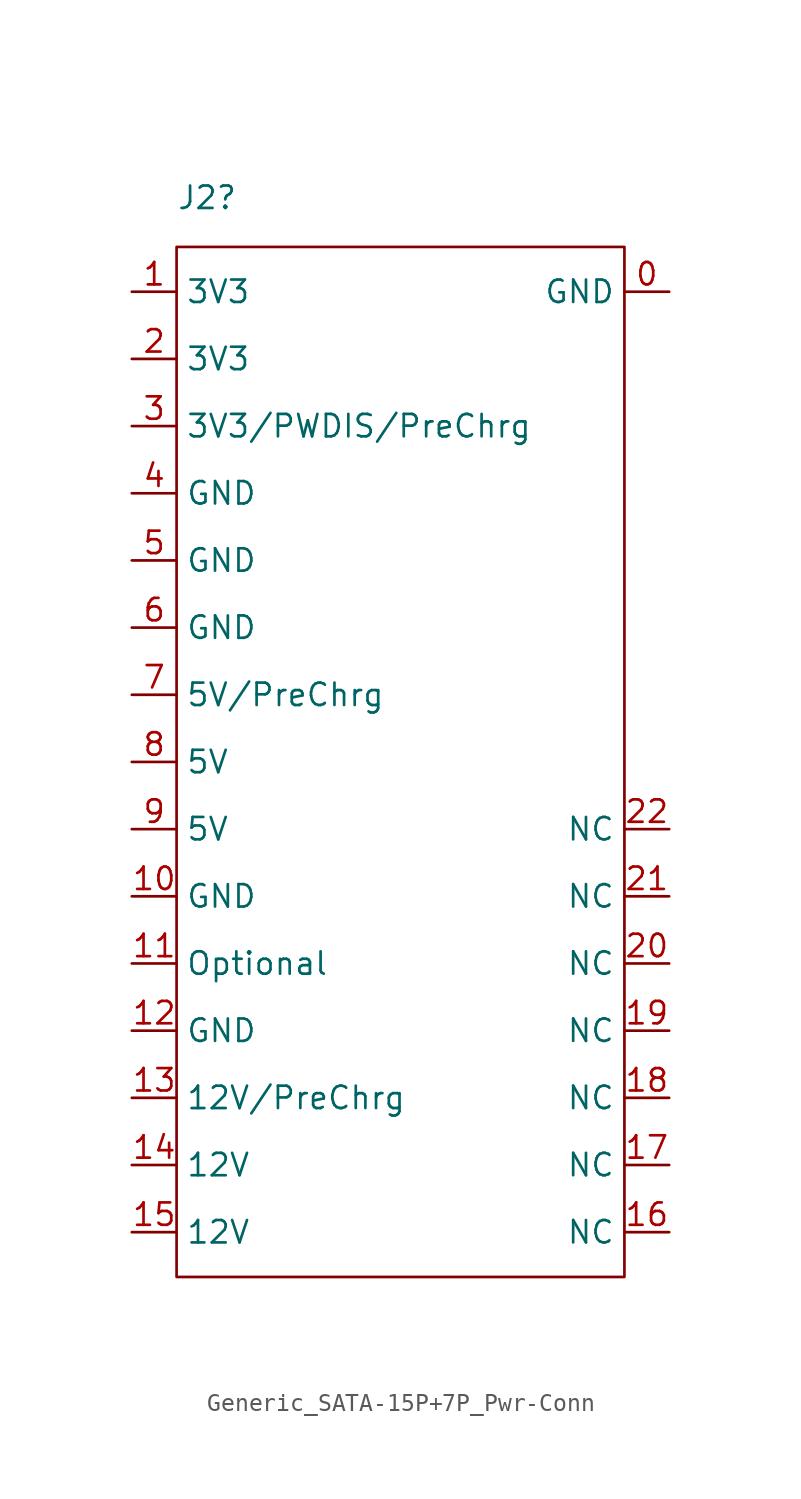
<source format=kicad_sym>
(kicad_symbol_lib
  (version 20231120)
  (generator "kicad_symbol_editor")
  (generator_version "8.0")
  (symbol "Generic_SATA-15P+7P_Pwr-Conn"
    (property "Reference" "J2"
      (at -12.7 0.254 0)
      (effects (font (size 1.27 1.27)) (justify left)))
    (symbol "Generic_SATA-15P+7P_Pwr-Conn_0_1"
      (rectangle (start -12.7 -2.54) (end 12.7 -60.96) (stroke (width 0) (type default)) (fill (type none))))
    (symbol "Generic_SATA-15P+7P_Pwr-Conn_1_1"
      (pin passive line (at 15.24 -5.08 180) (length 2.54) (name "GND" (effects (font (size 1.27 1.27)))) (number "0" (effects (font (size 1.27 1.27)))))
      (pin passive line (at -15.24 -5.08 0) (length 2.54) (name "3V3" (effects (font (size 1.27 1.27)))) (number "1" (effects (font (size 1.27 1.27)))))
      (pin passive line (at -15.24 -39.37 0) (length 2.54) (name "GND" (effects (font (size 1.27 1.27)))) (number "10" (effects (font (size 1.27 1.27)))))
      (pin passive line (at -15.24 -43.18 0) (length 2.54) (name "Optional" (effects (font (size 1.27 1.27)))) (number "11" (effects (font (size 1.27 1.27)))))
      (pin passive line (at -15.24 -46.99 0) (length 2.54) (name "GND" (effects (font (size 1.27 1.27)))) (number "12" (effects (font (size 1.27 1.27)))))
      (pin passive line (at -15.24 -50.8 0) (length 2.54) (name "12V/PreChrg" (effects (font (size 1.27 1.27)))) (number "13" (effects (font (size 1.27 1.27)))))
      (pin passive line (at -15.24 -54.61 0) (length 2.54) (name "12V" (effects (font (size 1.27 1.27)))) (number "14" (effects (font (size 1.27 1.27)))))
      (pin passive line (at -15.24 -58.42 0) (length 2.54) (name "12V" (effects (font (size 1.27 1.27)))) (number "15" (effects (font (size 1.27 1.27)))))
      (pin passive line (at 15.24 -58.42 180) (length 2.54) (name "NC" (effects (font (size 1.27 1.27)))) (number "16" (effects (font (size 1.27 1.27)))))
      (pin passive line (at 15.24 -54.61 180) (length 2.54) (name "NC" (effects (font (size 1.27 1.27)))) (number "17" (effects (font (size 1.27 1.27)))))
      (pin passive line (at 15.24 -50.8 180) (length 2.54) (name "NC" (effects (font (size 1.27 1.27)))) (number "18" (effects (font (size 1.27 1.27)))))
      (pin passive line (at 15.24 -46.99 180) (length 2.54) (name "NC" (effects (font (size 1.27 1.27)))) (number "19" (effects (font (size 1.27 1.27)))))
      (pin passive line (at -15.24 -8.89 0) (length 2.54) (name "3V3" (effects (font (size 1.27 1.27)))) (number "2" (effects (font (size 1.27 1.27)))))
      (pin passive line (at 15.24 -43.18 180) (length 2.54) (name "NC" (effects (font (size 1.27 1.27)))) (number "20" (effects (font (size 1.27 1.27)))))
      (pin passive line (at 15.24 -39.37 180) (length 2.54) (name "NC" (effects (font (size 1.27 1.27)))) (number "21" (effects (font (size 1.27 1.27)))))
      (pin passive line (at 15.24 -35.56 180) (length 2.54) (name "NC" (effects (font (size 1.27 1.27)))) (number "22" (effects (font (size 1.27 1.27)))))
      (pin passive line (at -15.24 -12.7 0) (length 2.54) (name "3V3/PWDIS/PreChrg" (effects (font (size 1.27 1.27)))) (number "3" (effects (font (size 1.27 1.27)))))
      (pin passive line (at -15.24 -16.51 0) (length 2.54) (name "GND" (effects (font (size 1.27 1.27)))) (number "4" (effects (font (size 1.27 1.27)))))
      (pin passive line (at -15.24 -20.32 0) (length 2.54) (name "GND" (effects (font (size 1.27 1.27)))) (number "5" (effects (font (size 1.27 1.27)))))
      (pin passive line (at -15.24 -24.13 0) (length 2.54) (name "GND" (effects (font (size 1.27 1.27)))) (number "6" (effects (font (size 1.27 1.27)))))
      (pin passive line (at -15.24 -27.94 0) (length 2.54) (name "5V/PreChrg" (effects (font (size 1.27 1.27)))) (number "7" (effects (font (size 1.27 1.27)))))
      (pin passive line (at -15.24 -31.75 0) (length 2.54) (name "5V" (effects (font (size 1.27 1.27)))) (number "8" (effects (font (size 1.27 1.27)))))
      (pin passive line (at -15.24 -35.56 0) (length 2.54) (name "5V" (effects (font (size 1.27 1.27)))) (number "9" (effects (font (size 1.27 1.27))))))))
</source>
